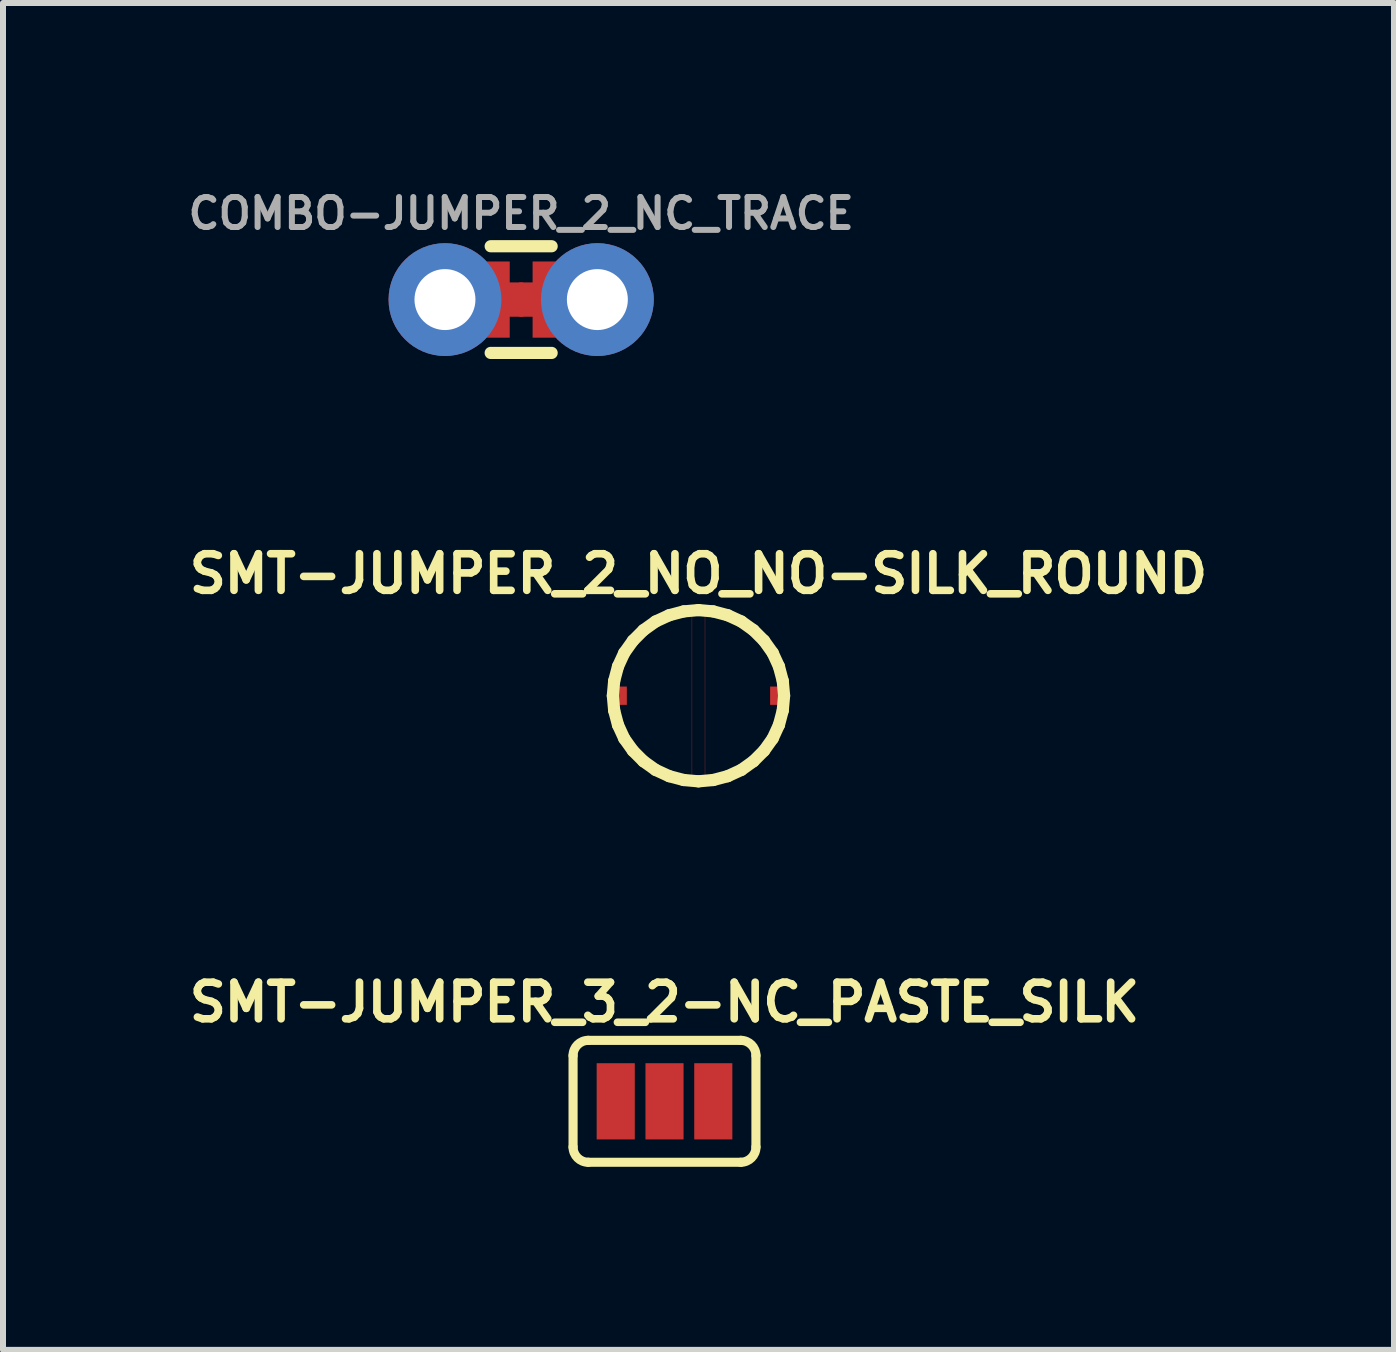
<source format=kicad_pcb>
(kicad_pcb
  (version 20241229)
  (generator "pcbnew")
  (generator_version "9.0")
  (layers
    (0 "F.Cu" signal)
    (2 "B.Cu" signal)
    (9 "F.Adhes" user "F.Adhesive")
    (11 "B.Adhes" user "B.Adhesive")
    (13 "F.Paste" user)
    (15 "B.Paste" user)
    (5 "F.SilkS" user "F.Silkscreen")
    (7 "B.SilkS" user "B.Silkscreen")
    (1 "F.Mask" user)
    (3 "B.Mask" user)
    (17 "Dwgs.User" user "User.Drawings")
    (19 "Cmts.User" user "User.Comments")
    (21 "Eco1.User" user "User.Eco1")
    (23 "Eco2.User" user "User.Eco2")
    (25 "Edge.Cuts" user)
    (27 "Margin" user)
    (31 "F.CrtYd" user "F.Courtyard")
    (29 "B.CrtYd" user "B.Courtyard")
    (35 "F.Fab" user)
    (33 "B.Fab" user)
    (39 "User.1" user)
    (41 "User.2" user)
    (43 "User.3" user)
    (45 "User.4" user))
  (footprint "COMBO-JUMPER_2_NC_TRACE"
    (layer "F.Cu")
    (at 5.636 1.943)
    (property "Reference" "COMBO-JUMPER_2_NC_TRACE" (at 0 -1.143 0) (layer "F.Fab") (effects (font (size 0.5 0.5) (thickness 0.1) (bold yes)) (justify bottom)))
    (fp_poly (pts (xy 0.032 0.286) (xy -0.705 0.286) (xy -0.705 -0.286) (xy 0.032 -0.286)) (stroke (width 0) (type default)) (fill yes) (layer "F.Cu"))
    (fp_poly (pts (xy 0.705 0.286) (xy -0.032 0.286) (xy -0.032 -0.286) (xy 0.705 -0.286)) (stroke (width 0) (type default)) (fill yes) (layer "F.Cu"))
    (fp_poly (pts (xy 0.254 0.724) (xy -0.254 0.724) (xy -0.254 -0.724) (xy 0.254 -0.724)) (stroke (width 0) (type default)) (fill yes) (layer "F.Mask"))
    (fp_line (start 0.508 -0.889) (end -0.508 -0.889) (stroke (width 0.203) (type solid)) (layer "F.SilkS"))
    (fp_line (start 0.508 0.889) (end -0.508 0.889) (stroke (width 0.203) (type solid)) (layer "F.SilkS"))
    (fp_poly (pts (xy -1.524 0.254) (xy -1.016 0.254) (xy -1.016 -0.254) (xy -1.524 -0.254)) (stroke (width 0.1) (type default)) (fill no) (layer "F.Fab"))
    (fp_poly (pts (xy 1.016 0.254) (xy 1.524 0.254) (xy 1.524 -0.254) (xy 1.016 -0.254)) (stroke (width 0.1) (type default)) (fill no) (layer "F.Fab"))
    (pad "1" smd rect (at -0.508 0) (size 0.635 1.27) (layers "F.Cu" "F.Mask"))
    (pad "2" smd rect (at 0.508 0) (size 0.635 1.27) (layers "F.Cu" "F.Mask"))
    (pad "3" thru_hole circle (at -1.27 0 90) (size 1.88 1.88) (drill 1.016) (layers "*.Cu" "*.Mask"))
    (pad "4" thru_hole circle (at 1.27 0 90) (size 1.88 1.88) (drill 1.016) (layers "*.Cu" "*.Mask")))
  (footprint "SMT-JUMPER_2_NO_NO-SILK_ROUND"
    (layer "F.Cu")
    (at 8.591 8.545)
    (property "Reference" "SMT-JUMPER_2_NO_NO-SILK_ROUND" (at 0 -2.032 0) (layer "F.SilkS") (effects (font (size 0.61 0.61) (thickness 0.127))))
    (attr smd)
    (fp_line (start -1.379 0) (end -1.364 -0.231) (stroke (width 0.005) (type solid)) (layer "F.Cu"))
    (fp_line (start -1.364 -0.231) (end -1.311 -0.457) (stroke (width 0.005) (type solid)) (layer "F.Cu"))
    (fp_line (start -1.364 0.231) (end -1.379 0) (stroke (width 0.005) (type solid)) (layer "F.Cu"))
    (fp_line (start -1.311 -0.457) (end -1.222 -0.673) (stroke (width 0.005) (type solid)) (layer "F.Cu"))
    (fp_line (start -1.311 0.457) (end -1.364 0.231) (stroke (width 0.005) (type solid)) (layer "F.Cu"))
    (fp_line (start -1.222 -0.673) (end -1.097 -0.869) (stroke (width 0.005) (type solid)) (layer "F.Cu"))
    (fp_line (start -1.222 0.673) (end -1.311 0.457) (stroke (width 0.005) (type solid)) (layer "F.Cu"))
    (fp_line (start -1.097 -0.869) (end -0.942 -1.044) (stroke (width 0.005) (type solid)) (layer "F.Cu"))
    (fp_line (start -1.097 0.869) (end -1.222 0.673) (stroke (width 0.005) (type solid)) (layer "F.Cu"))
    (fp_line (start -0.942 -1.044) (end -0.759 -1.191) (stroke (width 0.005) (type solid)) (layer "F.Cu"))
    (fp_line (start -0.942 1.044) (end -1.097 0.869) (stroke (width 0.005) (type solid)) (layer "F.Cu"))
    (fp_line (start -0.759 -1.191) (end -0.559 -1.306) (stroke (width 0.005) (type solid)) (layer "F.Cu"))
    (fp_line (start -0.759 1.191) (end -0.942 1.044) (stroke (width 0.005) (type solid)) (layer "F.Cu"))
    (fp_line (start -0.559 -1.306) (end -0.338 -1.384) (stroke (width 0.005) (type solid)) (layer "F.Cu"))
    (fp_line (start -0.559 1.306) (end -0.759 1.191) (stroke (width 0.005) (type solid)) (layer "F.Cu"))
    (fp_line (start -0.338 -1.384) (end -0.109 -1.427) (stroke (width 0.005) (type solid)) (layer "F.Cu"))
    (fp_line (start -0.338 1.384) (end -0.559 1.306) (stroke (width 0.005) (type solid)) (layer "F.Cu"))
    (fp_line (start -0.109 -1.427) (end -0.109 1.427) (stroke (width 0.005) (type solid)) (layer "F.Cu"))
    (fp_line (start -0.109 1.427) (end -0.338 1.384) (stroke (width 0.005) (type solid)) (layer "F.Cu"))
    (fp_line (start 0.109 -1.427) (end 0.109 1.427) (stroke (width 0.005) (type solid)) (layer "F.Cu"))
    (fp_line (start 0.109 1.427) (end 0.338 1.384) (stroke (width 0.005) (type solid)) (layer "F.Cu"))
    (fp_line (start 0.338 -1.384) (end 0.109 -1.427) (stroke (width 0.005) (type solid)) (layer "F.Cu"))
    (fp_line (start 0.338 1.384) (end 0.559 1.306) (stroke (width 0.005) (type solid)) (layer "F.Cu"))
    (fp_line (start 0.559 -1.306) (end 0.338 -1.384) (stroke (width 0.005) (type solid)) (layer "F.Cu"))
    (fp_line (start 0.559 1.306) (end 0.759 1.191) (stroke (width 0.005) (type solid)) (layer "F.Cu"))
    (fp_line (start 0.759 -1.191) (end 0.559 -1.306) (stroke (width 0.005) (type solid)) (layer "F.Cu"))
    (fp_line (start 0.759 1.191) (end 0.942 1.044) (stroke (width 0.005) (type solid)) (layer "F.Cu"))
    (fp_line (start 0.942 -1.044) (end 0.759 -1.191) (stroke (width 0.005) (type solid)) (layer "F.Cu"))
    (fp_line (start 0.942 1.044) (end 1.097 0.869) (stroke (width 0.005) (type solid)) (layer "F.Cu"))
    (fp_line (start 1.097 -0.869) (end 0.942 -1.044) (stroke (width 0.005) (type solid)) (layer "F.Cu"))
    (fp_line (start 1.097 0.869) (end 1.222 0.673) (stroke (width 0.005) (type solid)) (layer "F.Cu"))
    (fp_line (start 1.222 -0.673) (end 1.097 -0.869) (stroke (width 0.005) (type solid)) (layer "F.Cu"))
    (fp_line (start 1.222 0.673) (end 1.311 0.457) (stroke (width 0.005) (type solid)) (layer "F.Cu"))
    (fp_line (start 1.311 -0.457) (end 1.222 -0.673) (stroke (width 0.005) (type solid)) (layer "F.Cu"))
    (fp_line (start 1.311 0.457) (end 1.364 0.231) (stroke (width 0.005) (type solid)) (layer "F.Cu"))
    (fp_line (start 1.364 -0.231) (end 1.311 -0.457) (stroke (width 0.005) (type solid)) (layer "F.Cu"))
    (fp_line (start 1.364 0.231) (end 1.379 0) (stroke (width 0.005) (type solid)) (layer "F.Cu"))
    (fp_line (start 1.379 0) (end 1.364 -0.231) (stroke (width 0.005) (type solid)) (layer "F.Cu"))
    (fp_line (start -1.427 0) (end -1.405 -0.246) (stroke (width 0.203) (type solid)) (layer "F.SilkS"))
    (fp_line (start -1.405 -0.246) (end -1.341 -0.488) (stroke (width 0.203) (type solid)) (layer "F.SilkS"))
    (fp_line (start -1.405 0.246) (end -1.427 0) (stroke (width 0.203) (type solid)) (layer "F.SilkS"))
    (fp_line (start -1.341 -0.488) (end -1.237 -0.714) (stroke (width 0.203) (type solid)) (layer "F.SilkS"))
    (fp_line (start -1.341 0.488) (end -1.405 0.246) (stroke (width 0.203) (type solid)) (layer "F.SilkS"))
    (fp_line (start -1.237 -0.714) (end -1.092 -0.917) (stroke (width 0.203) (type solid)) (layer "F.SilkS"))
    (fp_line (start -1.237 0.714) (end -1.341 0.488) (stroke (width 0.203) (type solid)) (layer "F.SilkS"))
    (fp_line (start -1.092 -0.917) (end -0.917 -1.092) (stroke (width 0.203) (type solid)) (layer "F.SilkS"))
    (fp_line (start -1.092 0.917) (end -1.237 0.714) (stroke (width 0.203) (type solid)) (layer "F.SilkS"))
    (fp_line (start -0.917 -1.092) (end -0.714 -1.237) (stroke (width 0.203) (type solid)) (layer "F.SilkS"))
    (fp_line (start -0.917 1.092) (end -1.092 0.917) (stroke (width 0.203) (type solid)) (layer "F.SilkS"))
    (fp_line (start -0.714 -1.237) (end -0.488 -1.341) (stroke (width 0.203) (type solid)) (layer "F.SilkS"))
    (fp_line (start -0.714 1.237) (end -0.917 1.092) (stroke (width 0.203) (type solid)) (layer "F.SilkS"))
    (fp_line (start -0.488 -1.341) (end -0.246 -1.405) (stroke (width 0.203) (type solid)) (layer "F.SilkS"))
    (fp_line (start -0.488 1.341) (end -0.714 1.237) (stroke (width 0.203) (type solid)) (layer "F.SilkS"))
    (fp_line (start -0.246 -1.405) (end 0 -1.427) (stroke (width 0.203) (type solid)) (layer "F.SilkS"))
    (fp_line (start -0.246 1.405) (end -0.488 1.341) (stroke (width 0.203) (type solid)) (layer "F.SilkS"))
    (fp_line (start 0 -1.427) (end 0.246 -1.405) (stroke (width 0.203) (type solid)) (layer "F.SilkS"))
    (fp_line (start 0 1.427) (end -0.246 1.405) (stroke (width 0.203) (type solid)) (layer "F.SilkS"))
    (fp_line (start 0.246 -1.405) (end 0.488 -1.341) (stroke (width 0.203) (type solid)) (layer "F.SilkS"))
    (fp_line (start 0.246 1.405) (end 0 1.427) (stroke (width 0.203) (type solid)) (layer "F.SilkS"))
    (fp_line (start 0.488 -1.341) (end 0.714 -1.237) (stroke (width 0.203) (type solid)) (layer "F.SilkS"))
    (fp_line (start 0.488 1.341) (end 0.246 1.405) (stroke (width 0.203) (type solid)) (layer "F.SilkS"))
    (fp_line (start 0.714 -1.237) (end 0.917 -1.092) (stroke (width 0.203) (type solid)) (layer "F.SilkS"))
    (fp_line (start 0.714 1.237) (end 0.488 1.341) (stroke (width 0.203) (type solid)) (layer "F.SilkS"))
    (fp_line (start 0.917 -1.092) (end 1.092 -0.917) (stroke (width 0.203) (type solid)) (layer "F.SilkS"))
    (fp_line (start 0.917 1.092) (end 0.714 1.237) (stroke (width 0.203) (type solid)) (layer "F.SilkS"))
    (fp_line (start 1.092 -0.917) (end 1.237 -0.714) (stroke (width 0.203) (type solid)) (layer "F.SilkS"))
    (fp_line (start 1.092 0.917) (end 0.917 1.092) (stroke (width 0.203) (type solid)) (layer "F.SilkS"))
    (fp_line (start 1.237 -0.714) (end 1.341 -0.488) (stroke (width 0.203) (type solid)) (layer "F.SilkS"))
    (fp_line (start 1.237 0.714) (end 1.092 0.917) (stroke (width 0.203) (type solid)) (layer "F.SilkS"))
    (fp_line (start 1.341 -0.488) (end 1.405 -0.246) (stroke (width 0.203) (type solid)) (layer "F.SilkS"))
    (fp_line (start 1.341 0.488) (end 1.237 0.714) (stroke (width 0.203) (type solid)) (layer "F.SilkS"))
    (fp_line (start 1.405 -0.246) (end 1.427 0) (stroke (width 0.203) (type solid)) (layer "F.SilkS"))
    (fp_line (start 1.405 0.246) (end 1.341 0.488) (stroke (width 0.203) (type solid)) (layer "F.SilkS"))
    (fp_line (start 1.427 0) (end 1.405 0.246) (stroke (width 0.203) (type solid)) (layer "F.SilkS"))
    (pad "1" smd rect (at -1.27 0 270) (size 0.305 0.152) (layers "F.Cu" "F.Mask"))
    (pad "2" smd rect (at 1.27 0 90) (size 0.305 0.152) (layers "F.Cu" "F.Mask")))
  (footprint "SMT-JUMPER_3_2-NC_PASTE_SILK"
    (layer "F.Cu")
    (at 8.025 15.305)
    (property "Reference" "SMT-JUMPER_3_2-NC_PASTE_SILK" (at 0 -1.651 0) (layer "F.SilkS") (effects (font (size 0.61 0.61) (thickness 0.127))))
    (attr smd)
    (fp_line (start -1.524 0.762) (end -1.524 -0.762) (stroke (width 0.152) (type solid)) (layer "F.SilkS"))
    (fp_line (start -1.27 -1.016) (end 1.27 -1.016) (stroke (width 0.152) (type solid)) (layer "F.SilkS"))
    (fp_line (start 1.27 1.016) (end -1.27 1.016) (stroke (width 0.152) (type solid)) (layer "F.SilkS"))
    (fp_line (start 1.524 0.762) (end 1.524 -0.762) (stroke (width 0.152) (type solid)) (layer "F.SilkS"))
    (fp_arc (start -1.524 -0.762) (mid -1.449605 -0.941605) (end -1.27 -1.016) (stroke (width 0.1524) (type solid)) (layer "F.SilkS"))
    (fp_arc (start -1.27 1.016) (mid -1.449605 0.941605) (end -1.524 0.762) (stroke (width 0.1524) (type solid)) (layer "F.SilkS"))
    (fp_arc (start 1.27 -1.016) (mid 1.449605 -0.941605) (end 1.524 -0.762) (stroke (width 0.1524) (type solid)) (layer "F.SilkS"))
    (fp_arc (start 1.524 0.762) (mid 1.449605 0.941605) (end 1.27 1.016) (stroke (width 0.1524) (type solid)) (layer "F.SilkS"))
    (fp_line (start -1.397 -0.889) (end -1.397 0.889) (stroke (width 0.508) (type solid)) (layer "F.Paste"))
    (fp_line (start -1.397 -0.889) (end 1.397 -0.889) (stroke (width 0.508) (type solid)) (layer "F.Paste"))
    (fp_line (start -1.397 -0.381) (end 1.397 -0.381) (stroke (width 0.508) (type solid)) (layer "F.Paste"))
    (fp_line (start -1.397 0.127) (end 1.397 0.127) (stroke (width 0.508) (type solid)) (layer "F.Paste"))
    (fp_line (start -1.397 0.635) (end 1.397 0.635) (stroke (width 0.508) (type solid)) (layer "F.Paste"))
    (fp_line (start -1.397 0.889) (end 1.397 0.889) (stroke (width 0.508) (type solid)) (layer "F.Paste"))
    (fp_line (start 1.397 0.889) (end 1.397 -0.889) (stroke (width 0.508) (type solid)) (layer "F.Paste"))
    (pad "1" smd rect (at -0.813 0) (size 0.635 1.27) (layers "F.Cu" "F.Mask"))
    (pad "2" smd rect (at 0 0) (size 0.635 1.27) (layers "F.Cu" "F.Mask"))
    (pad "3" smd rect (at 0.813 0) (size 0.635 1.27) (layers "F.Cu" "F.Mask")))
  (gr_rect
    (start -3 -3)
    (end 20.183 19.448)
    (stroke (width 0.1) (type default))
    (fill no)
    (layer "Edge.Cuts")))
</source>
